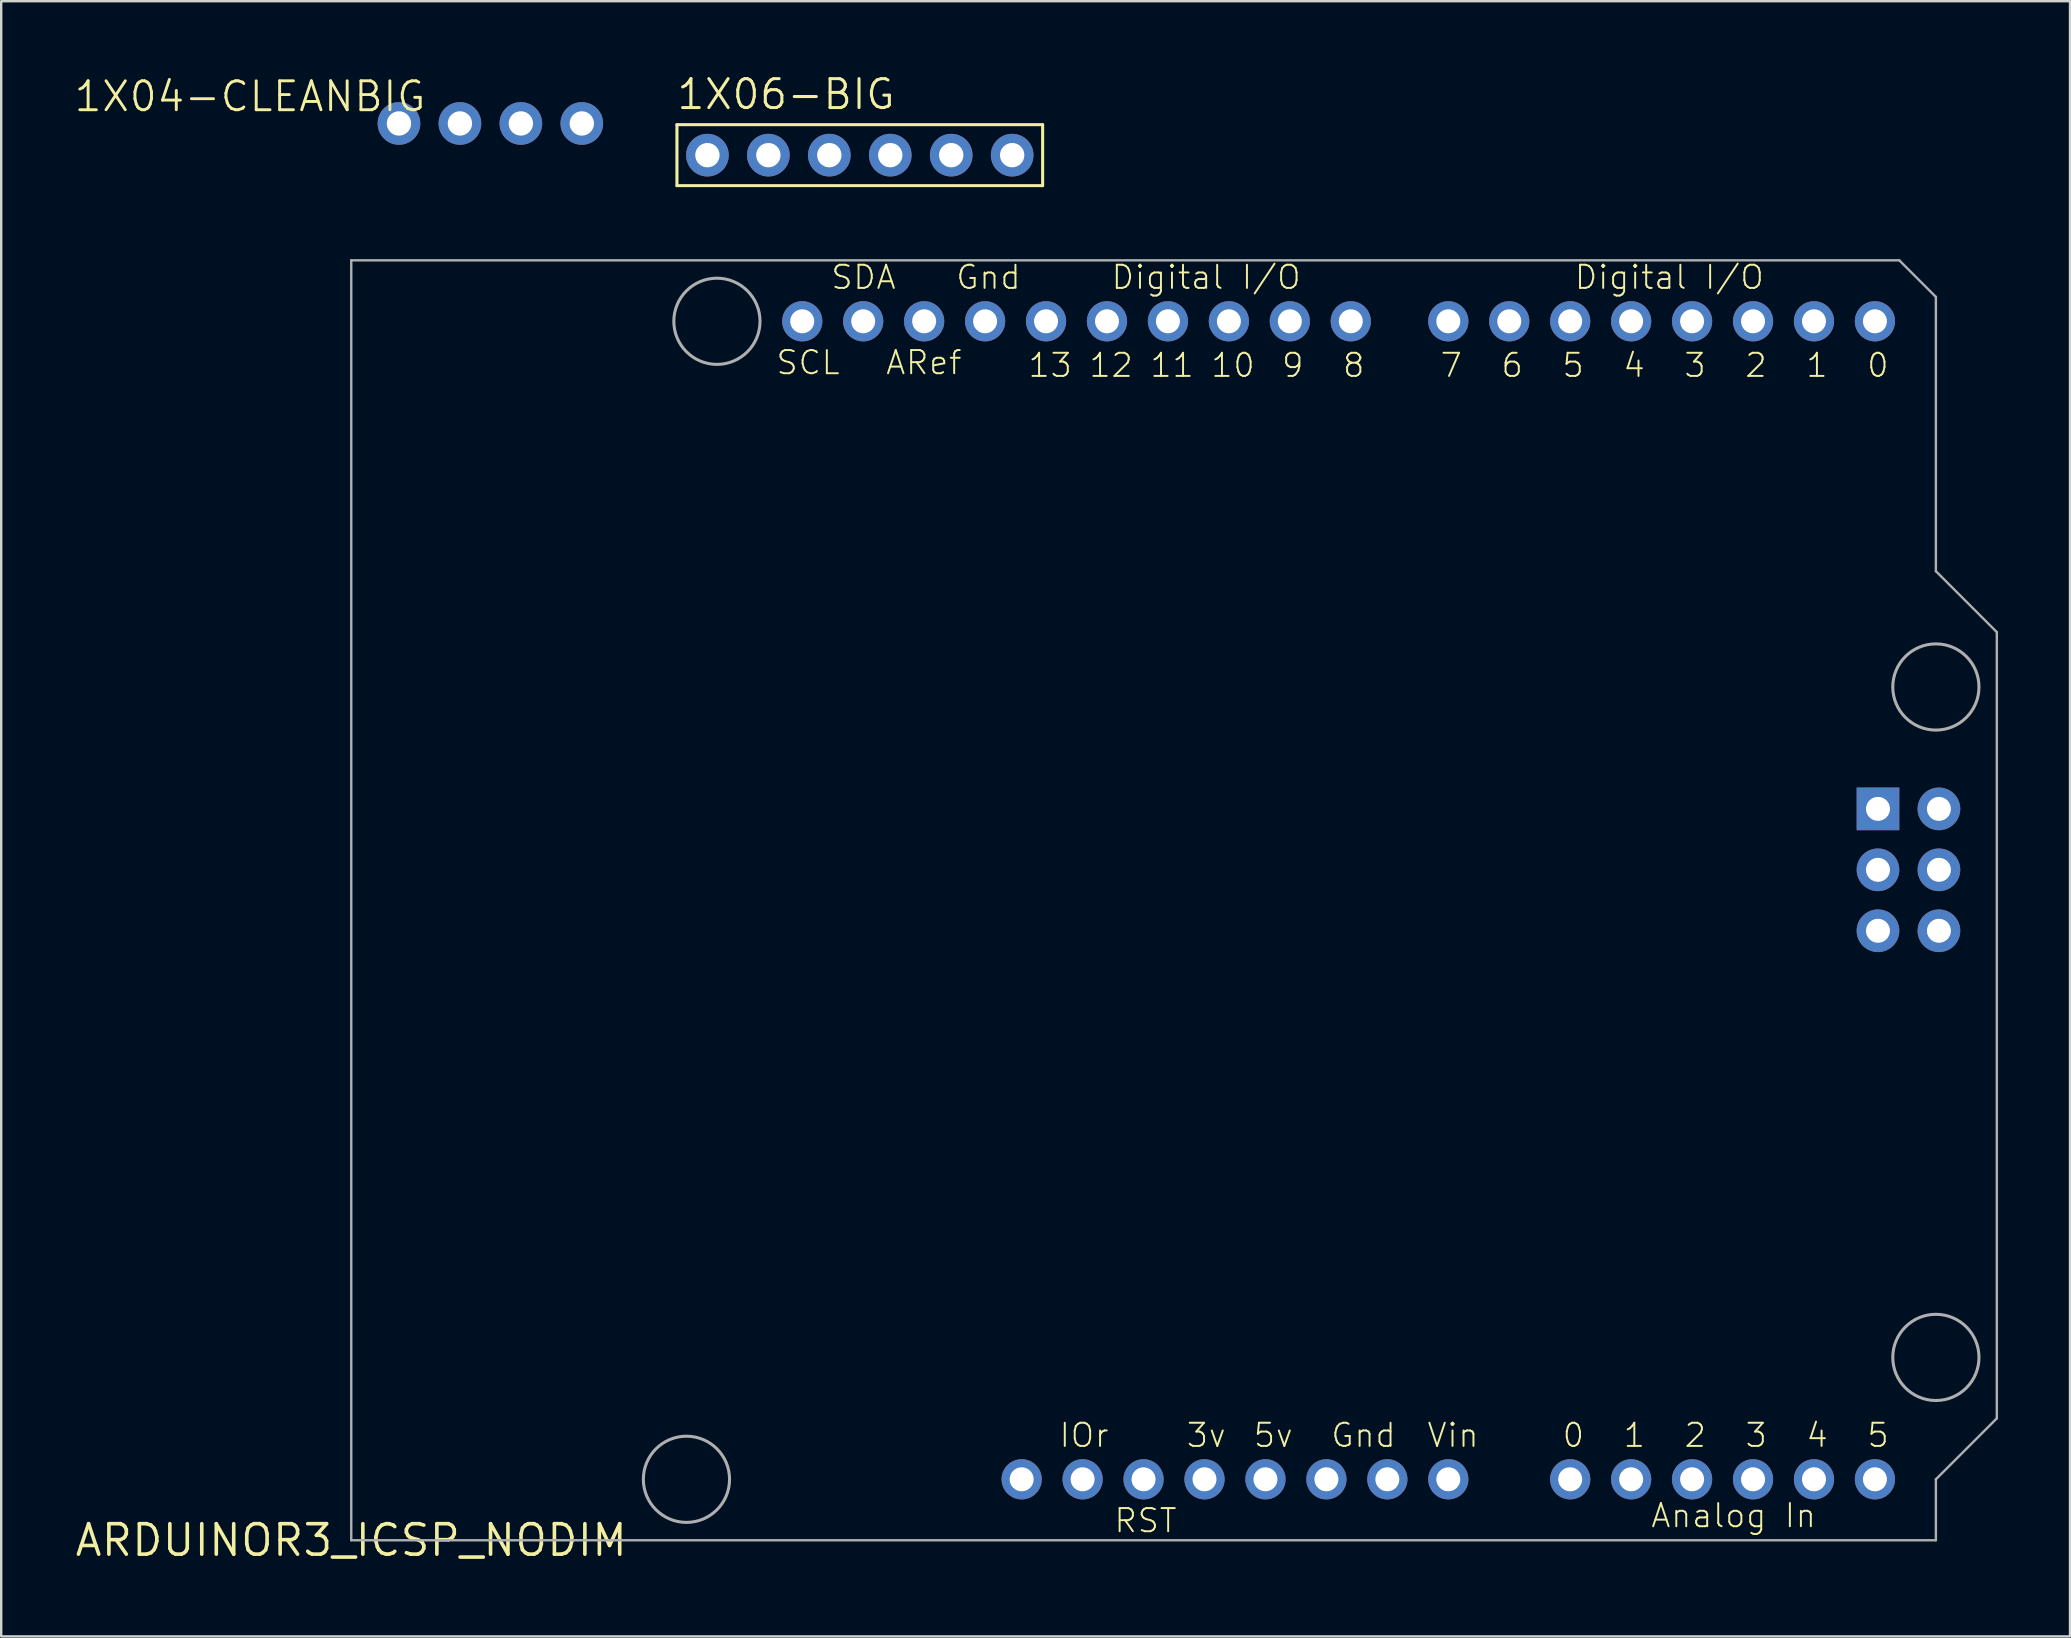
<source format=kicad_pcb>
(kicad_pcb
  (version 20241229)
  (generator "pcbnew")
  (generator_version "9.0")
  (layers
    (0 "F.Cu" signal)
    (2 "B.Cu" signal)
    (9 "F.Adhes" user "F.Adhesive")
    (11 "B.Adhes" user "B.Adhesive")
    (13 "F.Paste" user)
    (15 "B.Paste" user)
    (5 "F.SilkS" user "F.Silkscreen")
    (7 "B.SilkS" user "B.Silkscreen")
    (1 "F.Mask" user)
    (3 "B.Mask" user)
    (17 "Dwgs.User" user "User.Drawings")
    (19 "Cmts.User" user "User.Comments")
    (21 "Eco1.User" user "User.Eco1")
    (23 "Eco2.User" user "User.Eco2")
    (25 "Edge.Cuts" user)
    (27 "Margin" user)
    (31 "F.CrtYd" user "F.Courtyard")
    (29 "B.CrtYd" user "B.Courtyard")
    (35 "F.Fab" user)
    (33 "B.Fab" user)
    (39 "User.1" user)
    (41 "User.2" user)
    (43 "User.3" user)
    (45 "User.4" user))
  (footprint "ARDUINOR3_ICSP_NODIM"
    (layer "F.Cu")
    (at 11.588 61.14)
    (property "Reference" "ARDUINOR3_ICSP_NODIM" (at 0 0 0) (layer "F.SilkS") (effects (font (size 1.27 1.27) (thickness 0.15))))
    (attr through_hole)
    (fp_line (start 0 -53.34) (end 0 0) (stroke (width 0.1) (type solid)) (layer "F.Fab"))
    (fp_line (start 0 0) (end 66.04 0) (stroke (width 0.1) (type solid)) (layer "F.Fab"))
    (fp_line (start 64.516 -53.34) (end 0 -53.34) (stroke (width 0.1) (type solid)) (layer "F.Fab"))
    (fp_line (start 66.04 -51.816) (end 64.516 -53.34) (stroke (width 0.1) (type solid)) (layer "F.Fab"))
    (fp_line (start 66.04 -40.386) (end 66.04 -51.816) (stroke (width 0.1) (type solid)) (layer "F.Fab"))
    (fp_line (start 66.04 -2.54) (end 68.58 -5.08) (stroke (width 0.1) (type solid)) (layer "F.Fab"))
    (fp_line (start 66.04 0) (end 66.04 -2.54) (stroke (width 0.1) (type solid)) (layer "F.Fab"))
    (fp_line (start 68.58 -37.846) (end 66.04 -40.386) (stroke (width 0.1) (type solid)) (layer "F.Fab"))
    (fp_line (start 68.58 -5.08) (end 68.58 -37.846) (stroke (width 0.1) (type solid)) (layer "F.Fab"))
    (fp_circle (center 13.97 -2.54) (end 15.766 -2.54) (stroke (width 0.127) (type solid)) (fill no) (layer "F.Fab"))
    (fp_circle (center 15.24 -50.8) (end 17.036 -50.8) (stroke (width 0.127) (type solid)) (fill no) (layer "F.Fab"))
    (fp_circle (center 66.04 -35.56) (end 67.836 -35.56) (stroke (width 0.127) (type solid)) (fill no) (layer "F.Fab"))
    (fp_circle (center 66.04 -7.62) (end 67.836 -7.62) (stroke (width 0.127) (type solid)) (fill no) (layer "F.Fab"))
    (fp_text user "7" (at 46.355 -49.53 0) (layer "F.SilkS") (effects (font (size 0.965 0.965) (thickness 0.081)) (justify right top)))
    (fp_text user "2" (at 55.499 -3.81 0) (layer "F.SilkS") (effects (font (size 0.965 0.965) (thickness 0.081)) (justify left bottom)))
    (fp_text user "3v" (at 34.752 -3.81 0) (layer "F.SilkS") (effects (font (size 0.965 0.965) (thickness 0.081)) (justify left bottom)))
    (fp_text user "2" (at 59.055 -49.53 0) (layer "F.SilkS") (effects (font (size 0.965 0.965) (thickness 0.081)) (justify right top)))
    (fp_text user "Digital I/O" (at 50.927 -52.07 0) (layer "F.SilkS") (effects (font (size 0.965 0.965) (thickness 0.081)) (justify left bottom)))
    (fp_text user "Digital I/O" (at 31.623 -52.07 0) (layer "F.SilkS") (effects (font (size 0.965 0.965) (thickness 0.081)) (justify left bottom)))
    (fp_text user "5v" (at 37.546 -3.81 0) (layer "F.SilkS") (effects (font (size 0.965 0.965) (thickness 0.081)) (justify left bottom)))
    (fp_text user "Vin" (at 44.785 -3.81 0) (layer "F.SilkS") (effects (font (size 0.965 0.965) (thickness 0.081)) (justify left bottom)))
    (fp_text user "8" (at 42.291 -49.53 0) (layer "F.SilkS") (effects (font (size 0.965 0.965) (thickness 0.081)) (justify right top)))
    (fp_text user "Analog In" (at 54.112 -0.462 0) (layer "F.SilkS") (effects (font (size 0.965 0.965) (thickness 0.081)) (justify left bottom)))
    (fp_text user "12" (at 32.639 -49.53 0) (layer "F.SilkS") (effects (font (size 0.965 0.965) (thickness 0.081)) (justify right top)))
    (fp_text user "4" (at 60.579 -3.81 0) (layer "F.SilkS") (effects (font (size 0.965 0.965) (thickness 0.081)) (justify left bottom)))
    (fp_text user "11" (at 35.179 -49.53 0) (layer "F.SilkS") (effects (font (size 0.965 0.965) (thickness 0.081)) (justify right top)))
    (fp_text user "3" (at 58.039 -3.81 0) (layer "F.SilkS") (effects (font (size 0.965 0.965) (thickness 0.081)) (justify left bottom)))
    (fp_text user "0" (at 64.135 -49.53 0) (layer "F.SilkS") (effects (font (size 0.965 0.965) (thickness 0.081)) (justify right top)))
    (fp_text user "Gnd" (at 40.777 -3.81 0) (layer "F.SilkS") (effects (font (size 0.965 0.965) (thickness 0.081)) (justify left bottom)))
    (fp_text user "SDA" (at 19.939 -52.07 0) (layer "F.SilkS") (effects (font (size 0.965 0.965) (thickness 0.081)) (justify left bottom)))
    (fp_text user "ARef" (at 22.225 -48.514 0) (layer "F.SilkS") (effects (font (size 0.965 0.965) (thickness 0.081)) (justify left bottom)))
    (fp_text user "RST" (at 31.74 -0.254 0) (layer "F.SilkS") (effects (font (size 0.965 0.965) (thickness 0.081)) (justify left bottom)))
    (fp_text user "IOr" (at 29.454 -3.81 0) (layer "F.SilkS") (effects (font (size 0.965 0.965) (thickness 0.081)) (justify left bottom)))
    (fp_text user "10" (at 37.719 -49.53 0) (layer "F.SilkS") (effects (font (size 0.965 0.965) (thickness 0.081)) (justify right top)))
    (fp_text user "Gnd" (at 25.146 -52.07 0) (layer "F.SilkS") (effects (font (size 0.965 0.965) (thickness 0.081)) (justify left bottom)))
    (fp_text user "9" (at 39.751 -49.53 0) (layer "F.SilkS") (effects (font (size 0.965 0.965) (thickness 0.081)) (justify right top)))
    (fp_text user "6" (at 48.895 -49.53 0) (layer "F.SilkS") (effects (font (size 0.965 0.965) (thickness 0.081)) (justify right top)))
    (fp_text user "13" (at 30.099 -49.53 0) (layer "F.SilkS") (effects (font (size 0.965 0.965) (thickness 0.081)) (justify right top)))
    (fp_text user "SCL" (at 17.653 -48.514 0) (layer "F.SilkS") (effects (font (size 0.965 0.965) (thickness 0.081)) (justify left bottom)))
    (fp_text user "1" (at 52.959 -3.81 0) (layer "F.SilkS") (effects (font (size 0.965 0.965) (thickness 0.081)) (justify left bottom)))
    (fp_text user "3" (at 56.515 -49.53 0) (layer "F.SilkS") (effects (font (size 0.965 0.965) (thickness 0.081)) (justify right top)))
    (fp_text user "5" (at 63.119 -3.81 0) (layer "F.SilkS") (effects (font (size 0.965 0.965) (thickness 0.081)) (justify left bottom)))
    (fp_text user "0" (at 50.419 -3.81 0) (layer "F.SilkS") (effects (font (size 0.965 0.965) (thickness 0.081)) (justify left bottom)))
    (fp_text user "4" (at 53.975 -49.53 0) (layer "F.SilkS") (effects (font (size 0.965 0.965) (thickness 0.081)) (justify right top)))
    (fp_text user "1" (at 61.595 -49.53 0) (layer "F.SilkS") (effects (font (size 0.965 0.965) (thickness 0.081)) (justify right top)))
    (fp_text user "5" (at 51.435 -49.53 0) (layer "F.SilkS") (effects (font (size 0.965 0.965) (thickness 0.081)) (justify right top)))
    (pad "3V" thru_hole circle (at 35.56 -2.54) (size 1.676 1.676) (drill 1) (layers "*.Cu" "*.Mask"))
    (pad "5V" thru_hole circle (at 38.1 -2.54) (size 1.676 1.676) (drill 1) (layers "*.Cu" "*.Mask"))
    (pad "5V_ICSP" thru_hole circle (at 66.167 -30.48) (size 1.778 1.778) (drill 1) (layers "*.Cu" "*.Mask"))
    (pad "A0" thru_hole circle (at 50.8 -2.54) (size 1.676 1.676) (drill 1) (layers "*.Cu" "*.Mask"))
    (pad "A1" thru_hole circle (at 53.34 -2.54) (size 1.676 1.676) (drill 1) (layers "*.Cu" "*.Mask"))
    (pad "A2" thru_hole circle (at 55.88 -2.54) (size 1.676 1.676) (drill 1) (layers "*.Cu" "*.Mask"))
    (pad "A3" thru_hole circle (at 58.42 -2.54) (size 1.676 1.676) (drill 1) (layers "*.Cu" "*.Mask"))
    (pad "A4" thru_hole circle (at 60.96 -2.54) (size 1.676 1.676) (drill 1) (layers "*.Cu" "*.Mask"))
    (pad "A5" thru_hole circle (at 63.5 -2.54) (size 1.676 1.676) (drill 1) (layers "*.Cu" "*.Mask"))
    (pad "AREF" thru_hole circle (at 23.876 -50.8) (size 1.676 1.676) (drill 1) (layers "*.Cu" "*.Mask"))
    (pad "D0" thru_hole circle (at 63.5 -50.8) (size 1.676 1.676) (drill 1) (layers "*.Cu" "*.Mask"))
    (pad "D1" thru_hole circle (at 60.96 -50.8) (size 1.676 1.676) (drill 1) (layers "*.Cu" "*.Mask"))
    (pad "D2" thru_hole circle (at 58.42 -50.8) (size 1.676 1.676) (drill 1) (layers "*.Cu" "*.Mask"))
    (pad "D3" thru_hole circle (at 55.88 -50.8) (size 1.676 1.676) (drill 1) (layers "*.Cu" "*.Mask"))
    (pad "D4" thru_hole circle (at 53.34 -50.8) (size 1.676 1.676) (drill 1) (layers "*.Cu" "*.Mask"))
    (pad "D5" thru_hole circle (at 50.8 -50.8) (size 1.676 1.676) (drill 1) (layers "*.Cu" "*.Mask"))
    (pad "D6" thru_hole circle (at 48.26 -50.8) (size 1.676 1.676) (drill 1) (layers "*.Cu" "*.Mask"))
    (pad "D7" thru_hole circle (at 45.72 -50.8) (size 1.676 1.676) (drill 1) (layers "*.Cu" "*.Mask"))
    (pad "D8" thru_hole circle (at 41.656 -50.8) (size 1.676 1.676) (drill 1) (layers "*.Cu" "*.Mask"))
    (pad "D9" thru_hole circle (at 39.116 -50.8) (size 1.676 1.676) (drill 1) (layers "*.Cu" "*.Mask"))
    (pad "D10" thru_hole circle (at 36.576 -50.8) (size 1.676 1.676) (drill 1) (layers "*.Cu" "*.Mask"))
    (pad "D11" thru_hole circle (at 34.036 -50.8) (size 1.676 1.676) (drill 1) (layers "*.Cu" "*.Mask"))
    (pad "D12" thru_hole circle (at 31.496 -50.8) (size 1.676 1.676) (drill 1) (layers "*.Cu" "*.Mask"))
    (pad "D13" thru_hole circle (at 28.956 -50.8) (size 1.676 1.676) (drill 1) (layers "*.Cu" "*.Mask"))
    (pad "GND" thru_hole circle (at 26.416 -50.8) (size 1.676 1.676) (drill 1) (layers "*.Cu" "*.Mask"))
    (pad "GND@1" thru_hole circle (at 43.18 -2.54) (size 1.676 1.676) (drill 1) (layers "*.Cu" "*.Mask"))
    (pad "GND@2" thru_hole circle (at 40.64 -2.54) (size 1.676 1.676) (drill 1) (layers "*.Cu" "*.Mask"))
    (pad "GND@3" thru_hole circle (at 66.167 -25.4) (size 1.778 1.778) (drill 1) (layers "*.Cu" "*.Mask"))
    (pad "IOREF" thru_hole circle (at 30.48 -2.54) (size 1.676 1.676) (drill 1) (layers "*.Cu" "*.Mask"))
    (pad "MISO" thru_hole rect (at 63.627 -30.48) (size 1.778 1.778) (drill 1) (layers "*.Cu" "*.Mask"))
    (pad "MOSI" thru_hole circle (at 66.167 -27.94) (size 1.778 1.778) (drill 1) (layers "*.Cu" "*.Mask"))
    (pad "RESERVED" thru_hole circle (at 27.94 -2.54) (size 1.676 1.676) (drill 1) (layers "*.Cu" "*.Mask"))
    (pad "RESET" thru_hole circle (at 33.02 -2.54) (size 1.676 1.676) (drill 1) (layers "*.Cu" "*.Mask"))
    (pad "RESET_ICSP" thru_hole circle (at 63.627 -25.4) (size 1.778 1.778) (drill 1) (layers "*.Cu" "*.Mask"))
    (pad "SCK" thru_hole circle (at 63.627 -27.94) (size 1.778 1.778) (drill 1) (layers "*.Cu" "*.Mask"))
    (pad "SCL" thru_hole circle (at 18.796 -50.8) (size 1.676 1.676) (drill 1) (layers "*.Cu" "*.Mask"))
    (pad "SDA" thru_hole circle (at 21.336 -50.8) (size 1.676 1.676) (drill 1) (layers "*.Cu" "*.Mask"))
    (pad "VIN" thru_hole circle (at 45.72 -2.54) (size 1.676 1.676) (drill 1) (layers "*.Cu" "*.Mask")))
  (footprint "1X06-BIG"
    (layer "F.Cu")
    (at 32.782 3.416)
    (property "Reference" "1X06-BIG" (at -7.696 -1.829 0) (layer "F.SilkS") (effects (font (size 1.206 1.206) (thickness 0.127)) (justify left bottom)))
    (attr through_hole)
    (fp_line (start -7.62 -1.27) (end 7.62 -1.27) (stroke (width 0.127) (type solid)) (layer "F.SilkS"))
    (fp_line (start -7.62 1.27) (end -7.62 -1.27) (stroke (width 0.127) (type solid)) (layer "F.SilkS"))
    (fp_line (start 7.62 -1.27) (end 7.62 1.27) (stroke (width 0.127) (type solid)) (layer "F.SilkS"))
    (fp_line (start 7.62 1.27) (end -7.62 1.27) (stroke (width 0.127) (type solid)) (layer "F.SilkS"))
    (fp_poly (pts (xy -6.604 0.254) (xy -6.096 0.254) (xy -6.096 -0.254) (xy -6.604 -0.254)) (stroke (width 0.1) (type solid)) (fill no) (layer "F.Fab"))
    (fp_poly (pts (xy -4.064 0.254) (xy -3.556 0.254) (xy -3.556 -0.254) (xy -4.064 -0.254)) (stroke (width 0.1) (type solid)) (fill no) (layer "F.Fab"))
    (fp_poly (pts (xy -1.524 0.254) (xy -1.016 0.254) (xy -1.016 -0.254) (xy -1.524 -0.254)) (stroke (width 0.1) (type solid)) (fill no) (layer "F.Fab"))
    (fp_poly (pts (xy 1.016 0.254) (xy 1.524 0.254) (xy 1.524 -0.254) (xy 1.016 -0.254)) (stroke (width 0.1) (type solid)) (fill no) (layer "F.Fab"))
    (fp_poly (pts (xy 3.556 0.254) (xy 4.064 0.254) (xy 4.064 -0.254) (xy 3.556 -0.254)) (stroke (width 0.1) (type solid)) (fill no) (layer "F.Fab"))
    (fp_poly (pts (xy 6.096 0.254) (xy 6.604 0.254) (xy 6.604 -0.254) (xy 6.096 -0.254)) (stroke (width 0.1) (type solid)) (fill no) (layer "F.Fab"))
    (pad "1" thru_hole circle (at -6.35 0 90) (size 1.778 1.778) (drill 1.016) (layers "*.Cu" "*.Mask"))
    (pad "2" thru_hole circle (at -3.81 0 90) (size 1.778 1.778) (drill 1.016) (layers "*.Cu" "*.Mask"))
    (pad "3" thru_hole circle (at -1.27 0 90) (size 1.778 1.778) (drill 1.016) (layers "*.Cu" "*.Mask"))
    (pad "4" thru_hole circle (at 1.27 0 90) (size 1.778 1.778) (drill 1.016) (layers "*.Cu" "*.Mask"))
    (pad "5" thru_hole circle (at 3.81 0 90) (size 1.778 1.778) (drill 1.016) (layers "*.Cu" "*.Mask"))
    (pad "6" thru_hole circle (at 6.35 0 90) (size 1.778 1.778) (drill 1.016) (layers "*.Cu" "*.Mask")))
  (footprint "1X04-CLEANBIG"
    (layer "F.Cu")
    (at 17.387 2.095)
    (property "Reference" "1X04-CLEANBIG" (at -2.616 -1.829 180) (layer "F.SilkS") (effects (font (size 1.206 1.206) (thickness 0.121)) (justify right top)))
    (attr through_hole)
    (fp_poly (pts (xy -4.064 0.254) (xy -3.556 0.254) (xy -3.556 -0.254) (xy -4.064 -0.254)) (stroke (width 0.1) (type solid)) (fill no) (layer "F.Fab"))
    (fp_poly (pts (xy -1.524 0.254) (xy -1.016 0.254) (xy -1.016 -0.254) (xy -1.524 -0.254)) (stroke (width 0.1) (type solid)) (fill no) (layer "F.Fab"))
    (fp_poly (pts (xy 1.016 0.254) (xy 1.524 0.254) (xy 1.524 -0.254) (xy 1.016 -0.254)) (stroke (width 0.1) (type solid)) (fill no) (layer "F.Fab"))
    (fp_poly (pts (xy 3.556 0.254) (xy 4.064 0.254) (xy 4.064 -0.254) (xy 3.556 -0.254)) (stroke (width 0.1) (type solid)) (fill no) (layer "F.Fab"))
    (pad "1" thru_hole circle (at -3.81 0 90) (size 1.778 1.778) (drill 1.016) (layers "*.Cu" "*.Mask"))
    (pad "2" thru_hole circle (at -1.27 0 90) (size 1.778 1.778) (drill 1.016) (layers "*.Cu" "*.Mask"))
    (pad "3" thru_hole circle (at 1.27 0 90) (size 1.778 1.778) (drill 1.016) (layers "*.Cu" "*.Mask"))
    (pad "4" thru_hole circle (at 3.81 0 90) (size 1.778 1.778) (drill 1.016) (layers "*.Cu" "*.Mask")))
  (gr_rect
    (start -3 -3)
    (end 83.218 65.146)
    (stroke (width 0.1) (type default))
    (fill no)
    (layer "Edge.Cuts")))
</source>
